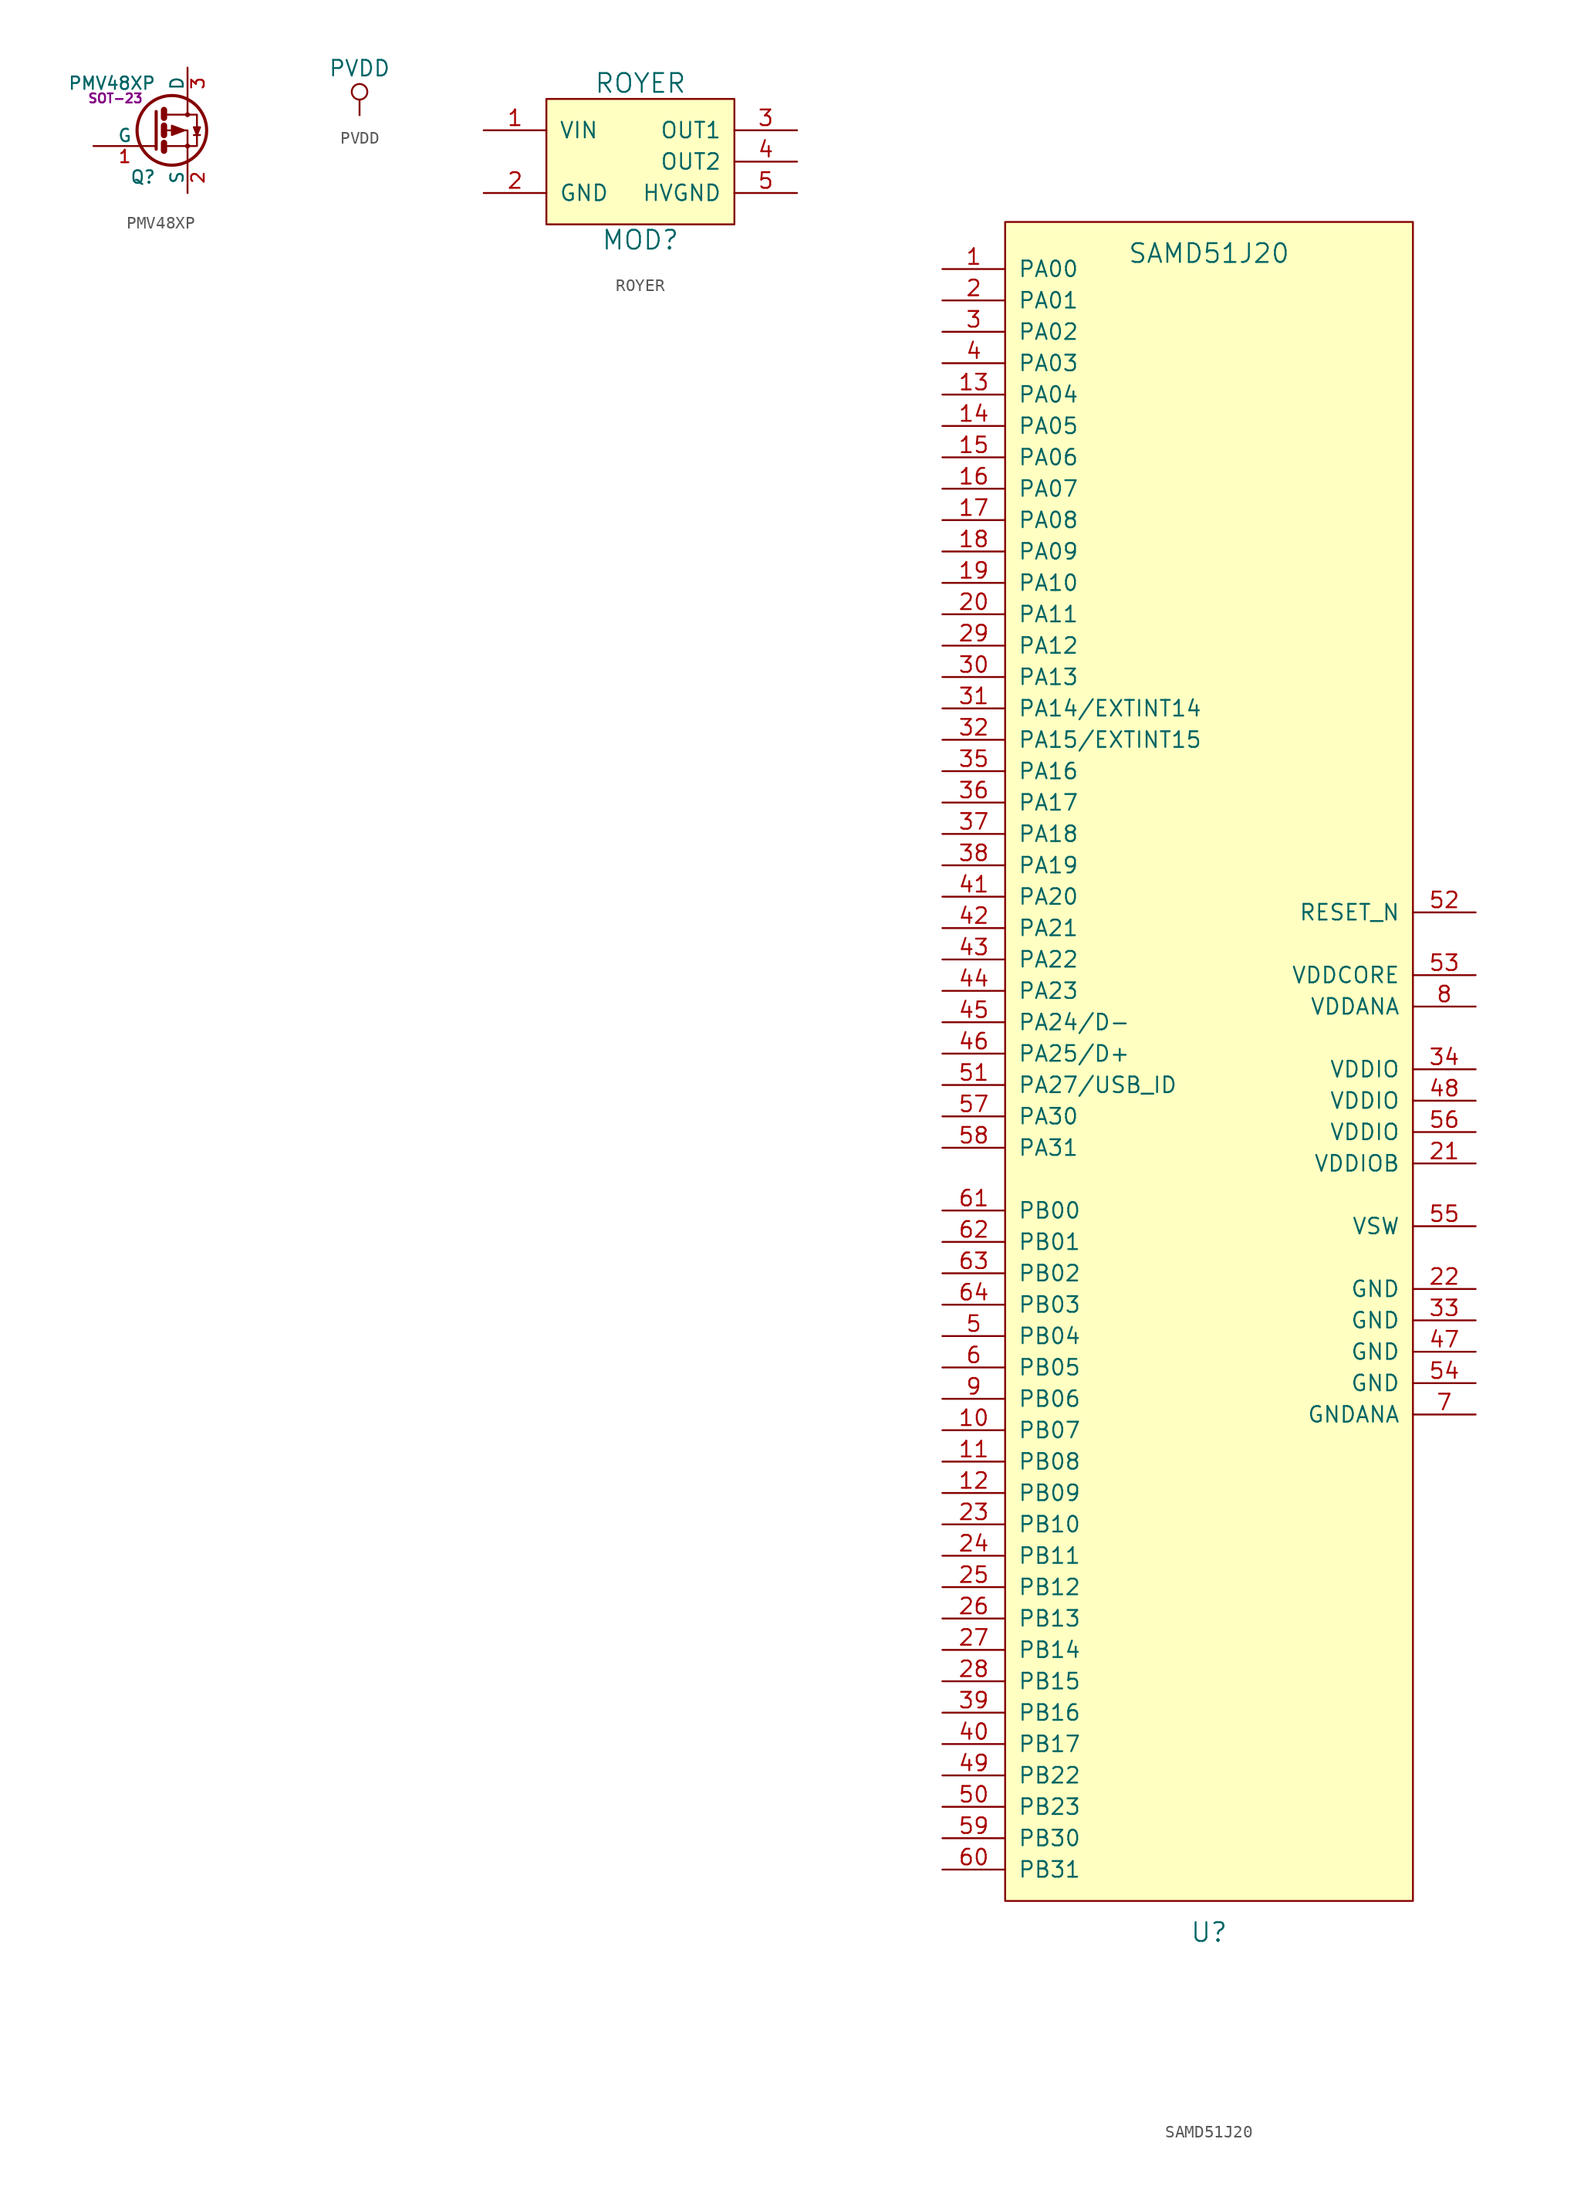
<source format=kicad_sym>
(kicad_symbol_lib
  (version 20211014)
  (generator kicad_symbol_editor)
  (symbol "PMV48XP"
    (pin_names
      (offset 0))
    (property "Reference" "Q"
      (at 0 -3.785 0)
      (effects (font (size 1.016 1.016)) (justify right)))
    (property "Value" "PMV48XP"
      (at 0 3.81 0)
      (effects (font (size 1.016 1.016)) (justify right)))
    (property "Footprint" "SOT-23"
      (at -3.302 2.591 0)
      (effects (font (size 0.737 0.737))))
    (property "Datasheet" ""
      (at 7.62 3.81 0)
      (effects (font (size 1.524 1.524))))
    (symbol "PMV48XP_0_1"
      (polyline (pts (xy 0.635 -1.016) (xy 0.635 -1.651)) (stroke (width 0.508) (type default) (color 0 0 0 0)) (fill (type none)))
      (polyline (pts (xy 0.635 0.381) (xy 0.635 -0.381)) (stroke (width 0.508) (type default) (color 0 0 0 0)) (fill (type none)))
      (polyline (pts (xy 0.635 1.651) (xy 0.635 1.016)) (stroke (width 0.508) (type default) (color 0 0 0 0)) (fill (type none)))
      (polyline (pts (xy 3.048 -0.381) (xy 3.556 -0.381)) (stroke (width 0) (type default) (color 0 0 0 0)) (fill (type none)))
      (polyline (pts (xy 0 1.524) (xy 0 -1.524) (xy 0 -1.524)) (stroke (width 0.254) (type default) (color 0 0 0 0)) (fill (type none)))
      (polyline (pts (xy 0.762 -1.27) (xy 2.54 -1.27) (xy 2.54 -2.54) (xy 2.54 -2.54)) (stroke (width 0) (type default) (color 0 0 0 0)) (fill (type none)))
      (polyline (pts (xy 0.762 1.27) (xy 2.54 1.27) (xy 2.54 2.54) (xy 2.54 2.54)) (stroke (width 0) (type default) (color 0 0 0 0)) (fill (type none)))
      (polyline (pts (xy 2.54 1.27) (xy 3.302 1.27) (xy 3.302 -1.27) (xy 2.54 -1.27)) (stroke (width 0) (type default) (color 0 0 0 0)) (fill (type none)))
      (polyline (pts (xy 3.302 -0.381) (xy 3.048 0.254) (xy 3.556 0.254) (xy 3.302 -0.381)) (stroke (width 0) (type default) (color 0 0 0 0)) (fill (type outline)))
      (polyline (pts (xy 0.762 0) (xy 1.27 0) (xy 2.54 0) (xy 2.54 -1.27) (xy 2.54 -1.27)) (stroke (width 0) (type default) (color 0 0 0 0)) (fill (type none)))
      (polyline (pts (xy 2.286 0) (xy 1.27 0.381) (xy 1.27 -0.381) (xy 2.286 0) (xy 2.159 0) (xy 2.159 0)) (stroke (width 0) (type default) (color 0 0 0 0)) (fill (type outline)))
      (circle (center 1.27 0) (radius 2.819) (stroke (width 0.254) (type default) (color 0 0 0 0)) (fill (type none)))
      (circle (center 2.54 -1.27) (radius 0.127) (stroke (width 0) (type default) (color 0 0 0 0)) (fill (type none)))
      (circle (center 2.54 1.27) (radius 0.127) (stroke (width 0) (type default) (color 0 0 0 0)) (fill (type none))))
    (symbol "PMV48XP_1_1"
      (pin input line (at -5.08 -1.27 0) (length 5.08) (name "G" (effects (font (size 1.016 1.016)))) (number "1" (effects (font (size 1.016 1.016)))))
      (pin passive line (at 2.54 -5.08 90) (length 2.54) (name "S" (effects (font (size 1.016 1.016)))) (number "2" (effects (font (size 1.016 1.016)))))
      (pin passive line (at 2.54 5.08 270) (length 2.54) (name "D" (effects (font (size 1.016 1.016)))) (number "3" (effects (font (size 1.016 1.016)))))))
  (symbol "PVDD"
    (power)
    (pin_names
      (offset 0))
    (property "Reference" "#PWR"
      (at 0 -3.81 0)
      (effects (font (size 1.27 1.27)) hide))
    (property "Value" "PVDD"
      (at 0 3.81 0)
      (effects (font (size 1.27 1.27))))
    (property "Footprint" ""
      (at 0 0 0)
      (effects (font (size 1.27 1.27))))
    (property "Datasheet" ""
      (at 0 0 0)
      (effects (font (size 1.27 1.27))))
    (symbol "PVDD_0_1"
      (polyline (pts (xy 0 0) (xy 0 1.27)) (stroke (width 0) (type default) (color 0 0 0 0)) (fill (type none)))
      (circle (center 0 1.905) (radius 0.635) (stroke (width 0) (type default) (color 0 0 0 0)) (fill (type none))))
    (symbol "PVDD_1_1"
      (pin power_in line (at 0 0 90) (length 0) hide (name "PVDD" (effects (font (size 1.27 1.27)))) (number "1" (effects (font (size 1.27 1.27)))))))
  (symbol "ROYER"
    (pin_names
      (offset 1.016))
    (property "Reference" "MOD"
      (at 0 -6.35 0)
      (effects (font (size 1.524 1.524))))
    (property "Value" "ROYER"
      (at 0 6.35 0)
      (effects (font (size 1.524 1.524))))
    (property "Footprint" ""
      (at -3.81 0 0)
      (effects (font (size 1.524 1.524))))
    (property "Datasheet" ""
      (at -3.81 0 0)
      (effects (font (size 1.524 1.524))))
    (symbol "ROYER_0_1"
      (rectangle (start -7.62 5.08) (end 7.62 -5.08) (stroke (width 0) (type default) (color 0 0 0 0)) (fill (type background))))
    (symbol "ROYER_1_1"
      (pin input line (at -12.7 2.54 0) (length 5.08) (name "VIN" (effects (font (size 1.27 1.27)))) (number "1" (effects (font (size 1.27 1.27)))))
      (pin input line (at -12.7 -2.54 0) (length 5.08) (name "GND" (effects (font (size 1.27 1.27)))) (number "2" (effects (font (size 1.27 1.27)))))
      (pin input line (at 12.7 2.54 180) (length 5.08) (name "OUT1" (effects (font (size 1.27 1.27)))) (number "3" (effects (font (size 1.27 1.27)))))
      (pin input line (at 12.7 0 180) (length 5.08) (name "OUT2" (effects (font (size 1.27 1.27)))) (number "4" (effects (font (size 1.27 1.27)))))
      (pin input line (at 12.7 -2.54 180) (length 5.08) (name "HVGND" (effects (font (size 1.27 1.27)))) (number "5" (effects (font (size 1.27 1.27)))))))
  (symbol "SAMD51J20"
    (pin_names
      (offset 1.016))
    (property "Reference" "U"
      (at 0 -62.23 0)
      (effects (font (size 1.524 1.524))))
    (property "Value" "SAMD51J20"
      (at 0 73.66 0)
      (effects (font (size 1.524 1.524))))
    (symbol "SAMD51J20_0_1"
      (rectangle (start -16.51 76.2) (end 16.51 -59.69) (stroke (width 0) (type default) (color 0 0 0 0)) (fill (type background))))
    (symbol "SAMD51J20_1_1"
      (pin input line (at -21.59 72.39 0) (length 5.08) (name "PA00" (effects (font (size 1.27 1.27)))) (number "1" (effects (font (size 1.27 1.27)))) (alternate "A - EIC/EXTINT[3]" input line) (alternate "D - SERCOM1/PAD[0]" input line) (alternate "E - TC2/WO[0]" input line))
      (pin input line (at -21.59 -21.59 0) (length 5.08) (name "PB07" (effects (font (size 1.27 1.27)))) (number "10" (effects (font (size 1.27 1.27)))))
      (pin input line (at -21.59 -24.13 0) (length 5.08) (name "PB08" (effects (font (size 1.27 1.27)))) (number "11" (effects (font (size 1.27 1.27)))))
      (pin input line (at -21.59 -26.67 0) (length 5.08) (name "PB09" (effects (font (size 1.27 1.27)))) (number "12" (effects (font (size 1.27 1.27)))))
      (pin bidirectional line (at -21.59 62.23 0) (length 5.08) (name "PA04" (effects (font (size 1.27 1.27)))) (number "13" (effects (font (size 1.27 1.27)))))
      (pin input line (at -21.59 59.69 0) (length 5.08) (name "PA05" (effects (font (size 1.27 1.27)))) (number "14" (effects (font (size 1.27 1.27)))))
      (pin bidirectional line (at -21.59 57.15 0) (length 5.08) (name "PA06" (effects (font (size 1.27 1.27)))) (number "15" (effects (font (size 1.27 1.27)))))
      (pin input line (at -21.59 54.61 0) (length 5.08) (name "PA07" (effects (font (size 1.27 1.27)))) (number "16" (effects (font (size 1.27 1.27)))))
      (pin input line (at -21.59 52.07 0) (length 5.08) (name "PA08" (effects (font (size 1.27 1.27)))) (number "17" (effects (font (size 1.27 1.27)))))
      (pin input line (at -21.59 49.53 0) (length 5.08) (name "PA09" (effects (font (size 1.27 1.27)))) (number "18" (effects (font (size 1.27 1.27)))))
      (pin input line (at -21.59 46.99 0) (length 5.08) (name "PA10" (effects (font (size 1.27 1.27)))) (number "19" (effects (font (size 1.27 1.27)))))
      (pin input line (at -21.59 69.85 0) (length 5.08) (name "PA01" (effects (font (size 1.27 1.27)))) (number "2" (effects (font (size 1.27 1.27)))))
      (pin input line (at -21.59 44.45 0) (length 5.08) (name "PA11" (effects (font (size 1.27 1.27)))) (number "20" (effects (font (size 1.27 1.27)))))
      (pin input line (at 21.59 0 180) (length 5.08) (name "VDDIOB" (effects (font (size 1.27 1.27)))) (number "21" (effects (font (size 1.27 1.27)))))
      (pin input line (at 21.59 -10.16 180) (length 5.08) (name "GND" (effects (font (size 1.27 1.27)))) (number "22" (effects (font (size 1.27 1.27)))))
      (pin input line (at -21.59 -29.21 0) (length 5.08) (name "PB10" (effects (font (size 1.27 1.27)))) (number "23" (effects (font (size 1.27 1.27)))))
      (pin bidirectional line (at -21.59 -31.75 0) (length 5.08) (name "PB11" (effects (font (size 1.27 1.27)))) (number "24" (effects (font (size 1.27 1.27)))))
      (pin input line (at -21.59 -34.29 0) (length 5.08) (name "PB12" (effects (font (size 1.27 1.27)))) (number "25" (effects (font (size 1.27 1.27)))))
      (pin input line (at -21.59 -36.83 0) (length 5.08) (name "PB13" (effects (font (size 1.27 1.27)))) (number "26" (effects (font (size 1.27 1.27)))))
      (pin input line (at -21.59 -39.37 0) (length 5.08) (name "PB14" (effects (font (size 1.27 1.27)))) (number "27" (effects (font (size 1.27 1.27)))))
      (pin input line (at -21.59 -41.91 0) (length 5.08) (name "PB15" (effects (font (size 1.27 1.27)))) (number "28" (effects (font (size 1.27 1.27)))))
      (pin input line (at -21.59 41.91 0) (length 5.08) (name "PA12" (effects (font (size 1.27 1.27)))) (number "29" (effects (font (size 1.27 1.27)))))
      (pin input line (at -21.59 67.31 0) (length 5.08) (name "PA02" (effects (font (size 1.27 1.27)))) (number "3" (effects (font (size 1.27 1.27)))))
      (pin input line (at -21.59 39.37 0) (length 5.08) (name "PA13" (effects (font (size 1.27 1.27)))) (number "30" (effects (font (size 1.27 1.27)))))
      (pin input line (at -21.59 36.83 0) (length 5.08) (name "PA14/EXTINT14" (effects (font (size 1.27 1.27)))) (number "31" (effects (font (size 1.27 1.27)))))
      (pin input line (at -21.59 34.29 0) (length 5.08) (name "PA15/EXTINT15" (effects (font (size 1.27 1.27)))) (number "32" (effects (font (size 1.27 1.27)))))
      (pin input line (at 21.59 -12.7 180) (length 5.08) (name "GND" (effects (font (size 1.27 1.27)))) (number "33" (effects (font (size 1.27 1.27)))))
      (pin input line (at 21.59 7.62 180) (length 5.08) (name "VDDIO" (effects (font (size 1.27 1.27)))) (number "34" (effects (font (size 1.27 1.27)))))
      (pin input line (at -21.59 31.75 0) (length 5.08) (name "PA16" (effects (font (size 1.27 1.27)))) (number "35" (effects (font (size 1.27 1.27)))))
      (pin input line (at -21.59 29.21 0) (length 5.08) (name "PA17" (effects (font (size 1.27 1.27)))) (number "36" (effects (font (size 1.27 1.27)))))
      (pin input line (at -21.59 26.67 0) (length 5.08) (name "PA18" (effects (font (size 1.27 1.27)))) (number "37" (effects (font (size 1.27 1.27)))))
      (pin input line (at -21.59 24.13 0) (length 5.08) (name "PA19" (effects (font (size 1.27 1.27)))) (number "38" (effects (font (size 1.27 1.27)))))
      (pin input line (at -21.59 -44.45 0) (length 5.08) (name "PB16" (effects (font (size 1.27 1.27)))) (number "39" (effects (font (size 1.27 1.27)))))
      (pin input line (at -21.59 64.77 0) (length 5.08) (name "PA03" (effects (font (size 1.27 1.27)))) (number "4" (effects (font (size 1.27 1.27)))))
      (pin input line (at -21.59 -46.99 0) (length 5.08) (name "PB17" (effects (font (size 1.27 1.27)))) (number "40" (effects (font (size 1.27 1.27)))))
      (pin input line (at -21.59 21.59 0) (length 5.08) (name "PA20" (effects (font (size 1.27 1.27)))) (number "41" (effects (font (size 1.27 1.27)))))
      (pin input line (at -21.59 19.05 0) (length 5.08) (name "PA21" (effects (font (size 1.27 1.27)))) (number "42" (effects (font (size 1.27 1.27)))))
      (pin input line (at -21.59 16.51 0) (length 5.08) (name "PA22" (effects (font (size 1.27 1.27)))) (number "43" (effects (font (size 1.27 1.27)))))
      (pin input line (at -21.59 13.97 0) (length 5.08) (name "PA23" (effects (font (size 1.27 1.27)))) (number "44" (effects (font (size 1.27 1.27)))))
      (pin input line (at -21.59 11.43 0) (length 5.08) (name "PA24/D-" (effects (font (size 1.27 1.27)))) (number "45" (effects (font (size 1.27 1.27)))))
      (pin input line (at -21.59 8.89 0) (length 5.08) (name "PA25/D+" (effects (font (size 1.27 1.27)))) (number "46" (effects (font (size 1.27 1.27)))))
      (pin input line (at 21.59 -15.24 180) (length 5.08) (name "GND" (effects (font (size 1.27 1.27)))) (number "47" (effects (font (size 1.27 1.27)))))
      (pin input line (at 21.59 5.08 180) (length 5.08) (name "VDDIO" (effects (font (size 1.27 1.27)))) (number "48" (effects (font (size 1.27 1.27)))))
      (pin input line (at -21.59 -49.53 0) (length 5.08) (name "PB22" (effects (font (size 1.27 1.27)))) (number "49" (effects (font (size 1.27 1.27)))))
      (pin input line (at -21.59 -13.97 0) (length 5.08) (name "PB04" (effects (font (size 1.27 1.27)))) (number "5" (effects (font (size 1.27 1.27)))))
      (pin input line (at -21.59 -52.07 0) (length 5.08) (name "PB23" (effects (font (size 1.27 1.27)))) (number "50" (effects (font (size 1.27 1.27)))))
      (pin input line (at -21.59 6.35 0) (length 5.08) (name "PA27/USB_ID" (effects (font (size 1.27 1.27)))) (number "51" (effects (font (size 1.27 1.27)))))
      (pin input line (at 21.59 20.32 180) (length 5.08) (name "RESET_N" (effects (font (size 1.27 1.27)))) (number "52" (effects (font (size 1.27 1.27)))))
      (pin input line (at 21.59 15.24 180) (length 5.08) (name "VDDCORE" (effects (font (size 1.27 1.27)))) (number "53" (effects (font (size 1.27 1.27)))))
      (pin input line (at 21.59 -17.78 180) (length 5.08) (name "GND" (effects (font (size 1.27 1.27)))) (number "54" (effects (font (size 1.27 1.27)))))
      (pin input line (at 21.59 -5.08 180) (length 5.08) (name "VSW" (effects (font (size 1.27 1.27)))) (number "55" (effects (font (size 1.27 1.27)))))
      (pin input line (at 21.59 2.54 180) (length 5.08) (name "VDDIO" (effects (font (size 1.27 1.27)))) (number "56" (effects (font (size 1.27 1.27)))))
      (pin input line (at -21.59 3.81 0) (length 5.08) (name "PA30" (effects (font (size 1.27 1.27)))) (number "57" (effects (font (size 1.27 1.27)))))
      (pin input line (at -21.59 1.27 0) (length 5.08) (name "PA31" (effects (font (size 1.27 1.27)))) (number "58" (effects (font (size 1.27 1.27)))))
      (pin input line (at -21.59 -54.61 0) (length 5.08) (name "PB30" (effects (font (size 1.27 1.27)))) (number "59" (effects (font (size 1.27 1.27)))))
      (pin input line (at -21.59 -16.51 0) (length 5.08) (name "PB05" (effects (font (size 1.27 1.27)))) (number "6" (effects (font (size 1.27 1.27)))))
      (pin input line (at -21.59 -57.15 0) (length 5.08) (name "PB31" (effects (font (size 1.27 1.27)))) (number "60" (effects (font (size 1.27 1.27)))))
      (pin input line (at -21.59 -3.81 0) (length 5.08) (name "PB00" (effects (font (size 1.27 1.27)))) (number "61" (effects (font (size 1.27 1.27)))))
      (pin input line (at -21.59 -6.35 0) (length 5.08) (name "PB01" (effects (font (size 1.27 1.27)))) (number "62" (effects (font (size 1.27 1.27)))))
      (pin input line (at -21.59 -8.89 0) (length 5.08) (name "PB02" (effects (font (size 1.27 1.27)))) (number "63" (effects (font (size 1.27 1.27)))))
      (pin input line (at -21.59 -11.43 0) (length 5.08) (name "PB03" (effects (font (size 1.27 1.27)))) (number "64" (effects (font (size 1.27 1.27)))))
      (pin input line (at 21.59 -20.32 180) (length 5.08) (name "GNDANA" (effects (font (size 1.27 1.27)))) (number "7" (effects (font (size 1.27 1.27)))))
      (pin input line (at 21.59 12.7 180) (length 5.08) (name "VDDANA" (effects (font (size 1.27 1.27)))) (number "8" (effects (font (size 1.27 1.27)))))
      (pin input line (at -21.59 -19.05 0) (length 5.08) (name "PB06" (effects (font (size 1.27 1.27)))) (number "9" (effects (font (size 1.27 1.27))))))))
</source>
